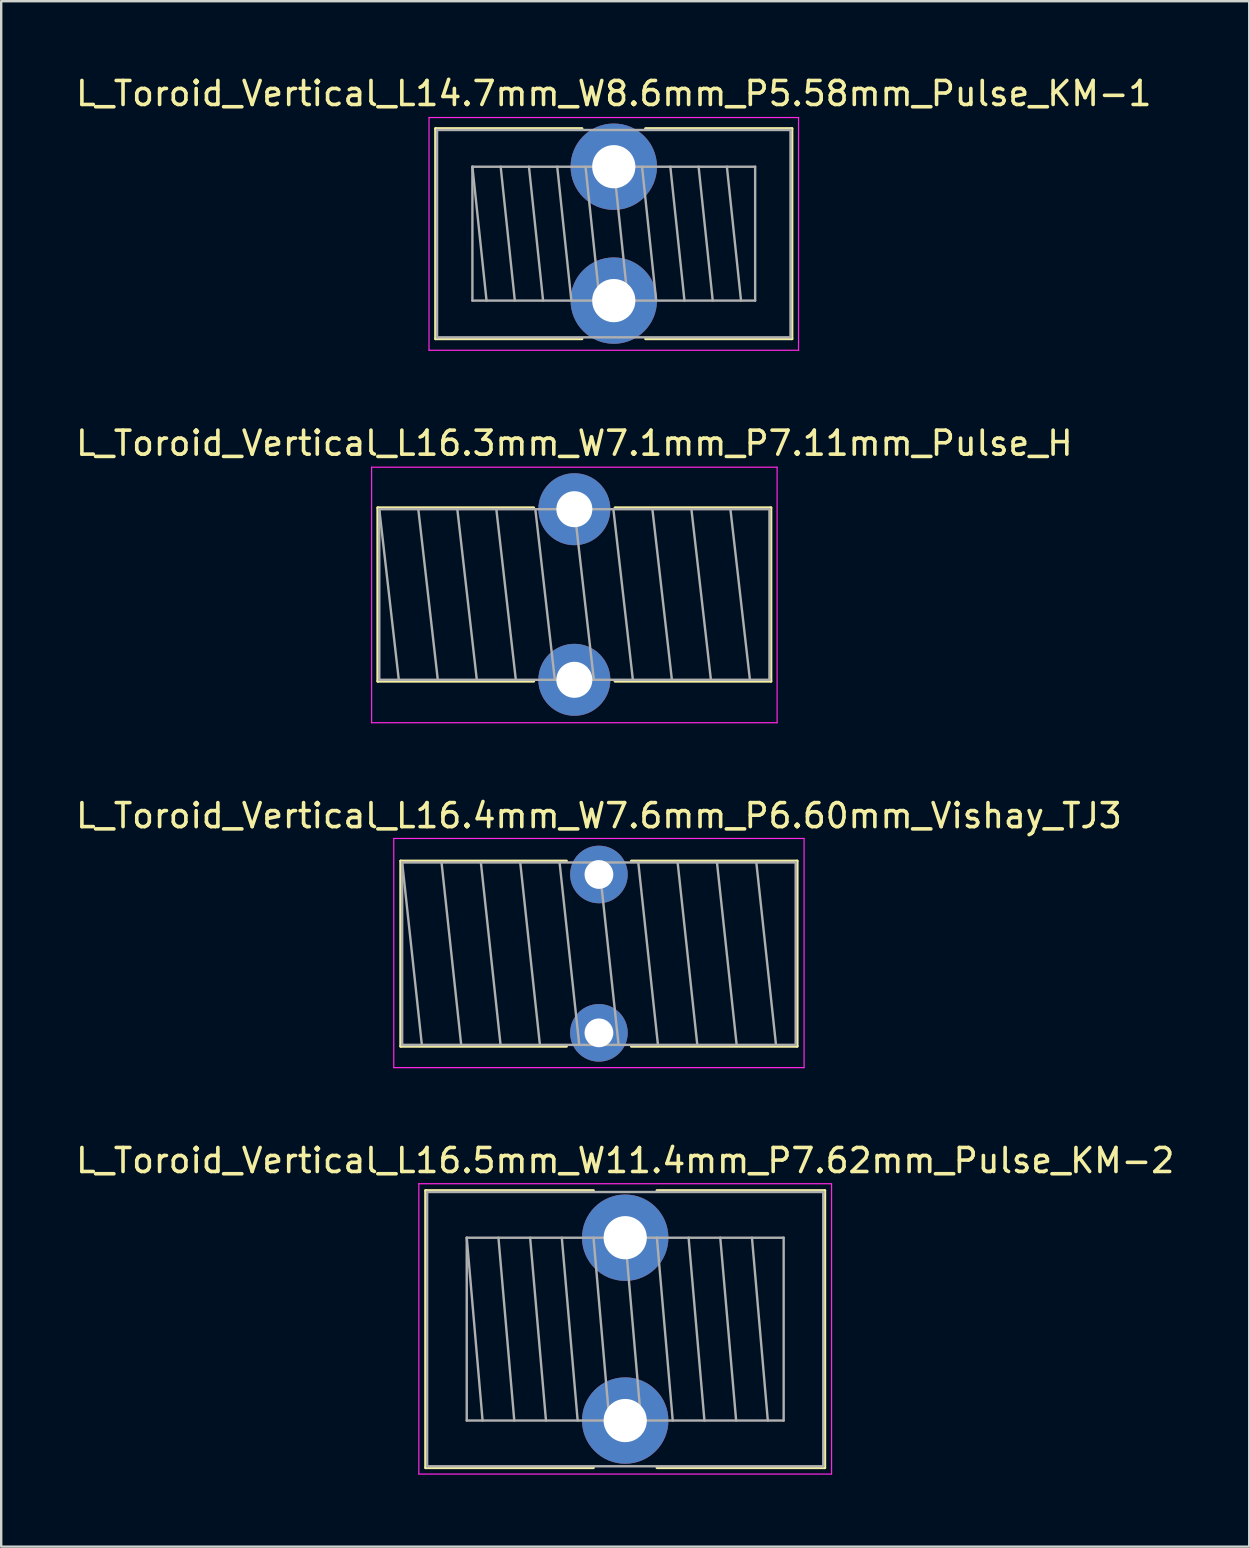
<source format=kicad_pcb>
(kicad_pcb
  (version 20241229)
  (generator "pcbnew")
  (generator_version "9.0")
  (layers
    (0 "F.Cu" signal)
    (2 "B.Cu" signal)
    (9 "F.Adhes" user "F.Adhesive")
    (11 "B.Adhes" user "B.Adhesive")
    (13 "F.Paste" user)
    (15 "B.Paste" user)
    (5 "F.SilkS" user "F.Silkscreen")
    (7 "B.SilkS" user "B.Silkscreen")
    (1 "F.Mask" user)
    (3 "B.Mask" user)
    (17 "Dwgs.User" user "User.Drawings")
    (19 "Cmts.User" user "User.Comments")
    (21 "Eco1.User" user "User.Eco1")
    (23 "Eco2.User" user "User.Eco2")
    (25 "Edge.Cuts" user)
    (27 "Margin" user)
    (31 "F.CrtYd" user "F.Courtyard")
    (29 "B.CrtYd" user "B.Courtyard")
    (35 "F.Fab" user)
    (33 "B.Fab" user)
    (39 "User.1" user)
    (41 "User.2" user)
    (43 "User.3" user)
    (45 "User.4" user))
  (footprint "L_Toroid_Vertical_L14.7mm_W8.6mm_P5.58mm_Pulse_KM-1"
    (layer "F.Cu")
    (at 22.53 3.898)
    (property "Reference" "L_Toroid_Vertical_L14.7mm_W8.6mm_P5.58mm_Pulse_KM-1" (at 0 -3.05 0) (layer "F.SilkS") (effects (font (size 1 1) (thickness 0.15))))
    (attr through_hole)
    (fp_line (start -7.425 -1.59) (end -7.425 7.17) (stroke (width 0.12) (type solid)) (layer "F.SilkS"))
    (fp_line (start -7.425 -1.59) (end -1.325 -1.59) (stroke (width 0.12) (type solid)) (layer "F.SilkS"))
    (fp_line (start -7.425 7.17) (end -1.325 7.17) (stroke (width 0.12) (type solid)) (layer "F.SilkS"))
    (fp_line (start 1.325 -1.59) (end 7.425 -1.59) (stroke (width 0.12) (type solid)) (layer "F.SilkS"))
    (fp_line (start 1.325 7.17) (end 7.425 7.17) (stroke (width 0.12) (type solid)) (layer "F.SilkS"))
    (fp_line (start 7.425 -1.59) (end 7.425 7.17) (stroke (width 0.12) (type solid)) (layer "F.SilkS"))
    (fp_line (start -7.7 -2.05) (end -7.7 7.65) (stroke (width 0.05) (type solid)) (layer "F.CrtYd"))
    (fp_line (start -7.7 7.65) (end 7.7 7.65) (stroke (width 0.05) (type solid)) (layer "F.CrtYd"))
    (fp_line (start 7.7 -2.05) (end -7.7 -2.05) (stroke (width 0.05) (type solid)) (layer "F.CrtYd"))
    (fp_line (start 7.7 7.65) (end 7.7 -2.05) (stroke (width 0.05) (type solid)) (layer "F.CrtYd"))
    (fp_line (start -7.365 -1.53) (end -7.365 7.11) (stroke (width 0.1) (type solid)) (layer "F.Fab"))
    (fp_line (start -7.365 7.11) (end 7.365 7.11) (stroke (width 0.1) (type solid)) (layer "F.Fab"))
    (fp_line (start -5.892 0) (end -5.892 5.58) (stroke (width 0.1) (type solid)) (layer "F.Fab"))
    (fp_line (start -5.892 0) (end -5.303 5.58) (stroke (width 0.1) (type solid)) (layer "F.Fab"))
    (fp_line (start -5.892 5.58) (end 5.892 5.58) (stroke (width 0.1) (type solid)) (layer "F.Fab"))
    (fp_line (start -4.714 0) (end -4.124 5.58) (stroke (width 0.1) (type solid)) (layer "F.Fab"))
    (fp_line (start -3.535 0) (end -2.946 5.58) (stroke (width 0.1) (type solid)) (layer "F.Fab"))
    (fp_line (start -2.357 0) (end -1.768 5.58) (stroke (width 0.1) (type solid)) (layer "F.Fab"))
    (fp_line (start -1.178 0) (end -0.589 5.58) (stroke (width 0.1) (type solid)) (layer "F.Fab"))
    (fp_line (start 0 0) (end 0.589 5.58) (stroke (width 0.1) (type solid)) (layer "F.Fab"))
    (fp_line (start 1.178 0) (end 1.768 5.58) (stroke (width 0.1) (type solid)) (layer "F.Fab"))
    (fp_line (start 2.357 0) (end 2.946 5.58) (stroke (width 0.1) (type solid)) (layer "F.Fab"))
    (fp_line (start 3.535 0) (end 4.124 5.58) (stroke (width 0.1) (type solid)) (layer "F.Fab"))
    (fp_line (start 4.714 0) (end 5.303 5.58) (stroke (width 0.1) (type solid)) (layer "F.Fab"))
    (fp_line (start 5.892 0) (end -5.892 0) (stroke (width 0.1) (type solid)) (layer "F.Fab"))
    (fp_line (start 5.892 5.58) (end 5.892 0) (stroke (width 0.1) (type solid)) (layer "F.Fab"))
    (fp_line (start 7.365 -1.53) (end -7.365 -1.53) (stroke (width 0.1) (type solid)) (layer "F.Fab"))
    (fp_line (start 7.365 7.11) (end 7.365 -1.53) (stroke (width 0.1) (type solid)) (layer "F.Fab"))
    (pad "1" thru_hole circle (at 0 0) (size 3.6 3.6) (drill 1.8) (layers "*.Cu" "*.Mask"))
    (pad "2" thru_hole circle (at 0 5.58) (size 3.6 3.6) (drill 1.8) (layers "*.Cu" "*.Mask")))
  (footprint "L_Toroid_Vertical_L16.4mm_W7.6mm_P6.60mm_Vishay_TJ3"
    (layer "F.Cu")
    (at 21.911 33.395)
    (property "Reference" "L_Toroid_Vertical_L16.4mm_W7.6mm_P6.60mm_Vishay_TJ3" (at 0 -2.45 0) (layer "F.SilkS") (effects (font (size 1 1) (thickness 0.15))))
    (attr through_hole)
    (fp_line (start -8.26 -0.56) (end -8.26 7.16) (stroke (width 0.12) (type solid)) (layer "F.SilkS"))
    (fp_line (start -8.26 -0.56) (end -1.352 -0.56) (stroke (width 0.12) (type solid)) (layer "F.SilkS"))
    (fp_line (start -8.26 7.16) (end -1.352 7.16) (stroke (width 0.12) (type solid)) (layer "F.SilkS"))
    (fp_line (start 1.352 -0.56) (end 8.26 -0.56) (stroke (width 0.12) (type solid)) (layer "F.SilkS"))
    (fp_line (start 1.352 7.16) (end 8.26 7.16) (stroke (width 0.12) (type solid)) (layer "F.SilkS"))
    (fp_line (start 8.26 -0.56) (end 8.26 7.16) (stroke (width 0.12) (type solid)) (layer "F.SilkS"))
    (fp_line (start -8.55 -1.5) (end -8.55 8.05) (stroke (width 0.05) (type solid)) (layer "F.CrtYd"))
    (fp_line (start -8.55 8.05) (end 8.55 8.05) (stroke (width 0.05) (type solid)) (layer "F.CrtYd"))
    (fp_line (start 8.55 -1.5) (end -8.55 -1.5) (stroke (width 0.05) (type solid)) (layer "F.CrtYd"))
    (fp_line (start 8.55 8.05) (end 8.55 -1.5) (stroke (width 0.05) (type solid)) (layer "F.CrtYd"))
    (fp_line (start -8.2 -0.5) (end -8.2 7.1) (stroke (width 0.1) (type solid)) (layer "F.Fab"))
    (fp_line (start -8.2 -0.5) (end -7.38 7.1) (stroke (width 0.1) (type solid)) (layer "F.Fab"))
    (fp_line (start -8.2 7.1) (end 8.2 7.1) (stroke (width 0.1) (type solid)) (layer "F.Fab"))
    (fp_line (start -6.56 -0.5) (end -5.74 7.1) (stroke (width 0.1) (type solid)) (layer "F.Fab"))
    (fp_line (start -4.92 -0.5) (end -4.1 7.1) (stroke (width 0.1) (type solid)) (layer "F.Fab"))
    (fp_line (start -3.28 -0.5) (end -2.46 7.1) (stroke (width 0.1) (type solid)) (layer "F.Fab"))
    (fp_line (start -1.64 -0.5) (end -0.82 7.1) (stroke (width 0.1) (type solid)) (layer "F.Fab"))
    (fp_line (start 0 -0.5) (end 0.82 7.1) (stroke (width 0.1) (type solid)) (layer "F.Fab"))
    (fp_line (start 1.64 -0.5) (end 2.46 7.1) (stroke (width 0.1) (type solid)) (layer "F.Fab"))
    (fp_line (start 3.28 -0.5) (end 4.1 7.1) (stroke (width 0.1) (type solid)) (layer "F.Fab"))
    (fp_line (start 4.92 -0.5) (end 5.74 7.1) (stroke (width 0.1) (type solid)) (layer "F.Fab"))
    (fp_line (start 6.56 -0.5) (end 7.38 7.1) (stroke (width 0.1) (type solid)) (layer "F.Fab"))
    (fp_line (start 8.2 -0.5) (end -8.2 -0.5) (stroke (width 0.1) (type solid)) (layer "F.Fab"))
    (fp_line (start 8.2 7.1) (end 8.2 -0.5) (stroke (width 0.1) (type solid)) (layer "F.Fab"))
    (pad "1" thru_hole circle (at 0 0) (size 2.4 2.4) (drill 1.2) (layers "*.Cu" "*.Mask"))
    (pad "2" thru_hole circle (at 0 6.6) (size 2.4 2.4) (drill 1.2) (layers "*.Cu" "*.Mask")))
  (footprint "L_Toroid_Vertical_L16.5mm_W11.4mm_P7.62mm_Pulse_KM-2"
    (layer "F.Cu")
    (at 23.006 48.533)
    (property "Reference" "L_Toroid_Vertical_L16.5mm_W11.4mm_P7.62mm_Pulse_KM-2" (at 0 -3.215 0) (layer "F.SilkS") (effects (font (size 1 1) (thickness 0.15))))
    (attr through_hole)
    (fp_line (start -8.316 -1.965) (end -8.316 9.585) (stroke (width 0.12) (type solid)) (layer "F.SilkS"))
    (fp_line (start -8.316 -1.965) (end -1.325 -1.965) (stroke (width 0.12) (type solid)) (layer "F.SilkS"))
    (fp_line (start -8.316 9.585) (end -1.325 9.585) (stroke (width 0.12) (type solid)) (layer "F.SilkS"))
    (fp_line (start 1.325 -1.965) (end 8.316 -1.965) (stroke (width 0.12) (type solid)) (layer "F.SilkS"))
    (fp_line (start 1.325 9.585) (end 8.316 9.585) (stroke (width 0.12) (type solid)) (layer "F.SilkS"))
    (fp_line (start 8.316 -1.965) (end 8.316 9.585) (stroke (width 0.12) (type solid)) (layer "F.SilkS"))
    (fp_line (start -8.6 -2.25) (end -8.6 9.85) (stroke (width 0.05) (type solid)) (layer "F.CrtYd"))
    (fp_line (start -8.6 9.85) (end 8.6 9.85) (stroke (width 0.05) (type solid)) (layer "F.CrtYd"))
    (fp_line (start 8.6 -2.25) (end -8.6 -2.25) (stroke (width 0.05) (type solid)) (layer "F.CrtYd"))
    (fp_line (start 8.6 9.85) (end 8.6 -2.25) (stroke (width 0.05) (type solid)) (layer "F.CrtYd"))
    (fp_line (start -8.255 -1.905) (end -8.255 9.525) (stroke (width 0.1) (type solid)) (layer "F.Fab"))
    (fp_line (start -8.255 9.525) (end 8.255 9.525) (stroke (width 0.1) (type solid)) (layer "F.Fab"))
    (fp_line (start -6.604 0) (end -6.604 7.62) (stroke (width 0.1) (type solid)) (layer "F.Fab"))
    (fp_line (start -6.604 0) (end -5.944 7.62) (stroke (width 0.1) (type solid)) (layer "F.Fab"))
    (fp_line (start -6.604 7.62) (end 6.604 7.62) (stroke (width 0.1) (type solid)) (layer "F.Fab"))
    (fp_line (start -5.283 0) (end -4.623 7.62) (stroke (width 0.1) (type solid)) (layer "F.Fab"))
    (fp_line (start -3.962 0) (end -3.302 7.62) (stroke (width 0.1) (type solid)) (layer "F.Fab"))
    (fp_line (start -2.642 0) (end -1.981 7.62) (stroke (width 0.1) (type solid)) (layer "F.Fab"))
    (fp_line (start -1.321 0) (end -0.66 7.62) (stroke (width 0.1) (type solid)) (layer "F.Fab"))
    (fp_line (start 0 0) (end 0.66 7.62) (stroke (width 0.1) (type solid)) (layer "F.Fab"))
    (fp_line (start 1.321 0) (end 1.981 7.62) (stroke (width 0.1) (type solid)) (layer "F.Fab"))
    (fp_line (start 2.642 0) (end 3.302 7.62) (stroke (width 0.1) (type solid)) (layer "F.Fab"))
    (fp_line (start 3.962 0) (end 4.623 7.62) (stroke (width 0.1) (type solid)) (layer "F.Fab"))
    (fp_line (start 5.283 0) (end 5.944 7.62) (stroke (width 0.1) (type solid)) (layer "F.Fab"))
    (fp_line (start 6.604 0) (end -6.604 0) (stroke (width 0.1) (type solid)) (layer "F.Fab"))
    (fp_line (start 6.604 7.62) (end 6.604 0) (stroke (width 0.1) (type solid)) (layer "F.Fab"))
    (fp_line (start 8.255 -1.905) (end -8.255 -1.905) (stroke (width 0.1) (type solid)) (layer "F.Fab"))
    (fp_line (start 8.255 9.525) (end 8.255 -1.905) (stroke (width 0.1) (type solid)) (layer "F.Fab"))
    (pad "1" thru_hole circle (at 0 0) (size 3.6 3.6) (drill 1.8) (layers "*.Cu" "*.Mask"))
    (pad "2" thru_hole circle (at 0 7.62) (size 3.6 3.6) (drill 1.8) (layers "*.Cu" "*.Mask")))
  (footprint "L_Toroid_Vertical_L16.3mm_W7.1mm_P7.11mm_Pulse_H"
    (layer "F.Cu")
    (at 20.887 18.172)
    (property "Reference" "L_Toroid_Vertical_L16.3mm_W7.1mm_P7.11mm_Pulse_H" (at 0 -2.75 0) (layer "F.SilkS") (effects (font (size 1 1) (thickness 0.15))))
    (attr through_hole)
    (fp_line (start -8.191 -0.06) (end -8.191 7.17) (stroke (width 0.12) (type solid)) (layer "F.SilkS"))
    (fp_line (start -8.191 -0.06) (end -1.695 -0.06) (stroke (width 0.12) (type solid)) (layer "F.SilkS"))
    (fp_line (start -8.191 7.17) (end -1.695 7.17) (stroke (width 0.12) (type solid)) (layer "F.SilkS"))
    (fp_line (start 1.695 -0.06) (end 8.191 -0.06) (stroke (width 0.12) (type solid)) (layer "F.SilkS"))
    (fp_line (start 1.695 7.17) (end 8.191 7.17) (stroke (width 0.12) (type solid)) (layer "F.SilkS"))
    (fp_line (start 8.191 -0.06) (end 8.191 7.17) (stroke (width 0.12) (type solid)) (layer "F.SilkS"))
    (fp_line (start -8.45 -1.75) (end -8.45 8.9) (stroke (width 0.05) (type solid)) (layer "F.CrtYd"))
    (fp_line (start -8.45 8.9) (end 8.45 8.9) (stroke (width 0.05) (type solid)) (layer "F.CrtYd"))
    (fp_line (start 8.45 -1.75) (end -8.45 -1.75) (stroke (width 0.05) (type solid)) (layer "F.CrtYd"))
    (fp_line (start 8.45 8.9) (end 8.45 -1.75) (stroke (width 0.05) (type solid)) (layer "F.CrtYd"))
    (fp_line (start -8.13 0) (end -8.13 7.11) (stroke (width 0.1) (type solid)) (layer "F.Fab"))
    (fp_line (start -8.13 0) (end -7.317 7.11) (stroke (width 0.1) (type solid)) (layer "F.Fab"))
    (fp_line (start -8.13 7.11) (end 8.13 7.11) (stroke (width 0.1) (type solid)) (layer "F.Fab"))
    (fp_line (start -6.504 0) (end -5.691 7.11) (stroke (width 0.1) (type solid)) (layer "F.Fab"))
    (fp_line (start -4.878 0) (end -4.065 7.11) (stroke (width 0.1) (type solid)) (layer "F.Fab"))
    (fp_line (start -3.252 0) (end -2.439 7.11) (stroke (width 0.1) (type solid)) (layer "F.Fab"))
    (fp_line (start -1.626 0) (end -0.813 7.11) (stroke (width 0.1) (type solid)) (layer "F.Fab"))
    (fp_line (start 0 0) (end 0.813 7.11) (stroke (width 0.1) (type solid)) (layer "F.Fab"))
    (fp_line (start 1.626 0) (end 2.439 7.11) (stroke (width 0.1) (type solid)) (layer "F.Fab"))
    (fp_line (start 3.252 0) (end 4.065 7.11) (stroke (width 0.1) (type solid)) (layer "F.Fab"))
    (fp_line (start 4.878 0) (end 5.691 7.11) (stroke (width 0.1) (type solid)) (layer "F.Fab"))
    (fp_line (start 6.504 0) (end 7.317 7.11) (stroke (width 0.1) (type solid)) (layer "F.Fab"))
    (fp_line (start 8.13 0) (end -8.13 0) (stroke (width 0.1) (type solid)) (layer "F.Fab"))
    (fp_line (start 8.13 7.11) (end 8.13 0) (stroke (width 0.1) (type solid)) (layer "F.Fab"))
    (pad "1" thru_hole circle (at 0 0) (size 3 3) (drill 1.5) (layers "*.Cu" "*.Mask"))
    (pad "2" thru_hole circle (at 0 7.11) (size 3 3) (drill 1.5) (layers "*.Cu" "*.Mask")))
  (gr_rect
    (start -3 -3)
    (end 49.012 61.408)
    (stroke (width 0.1) (type default))
    (fill no)
    (layer "Edge.Cuts")))
</source>
